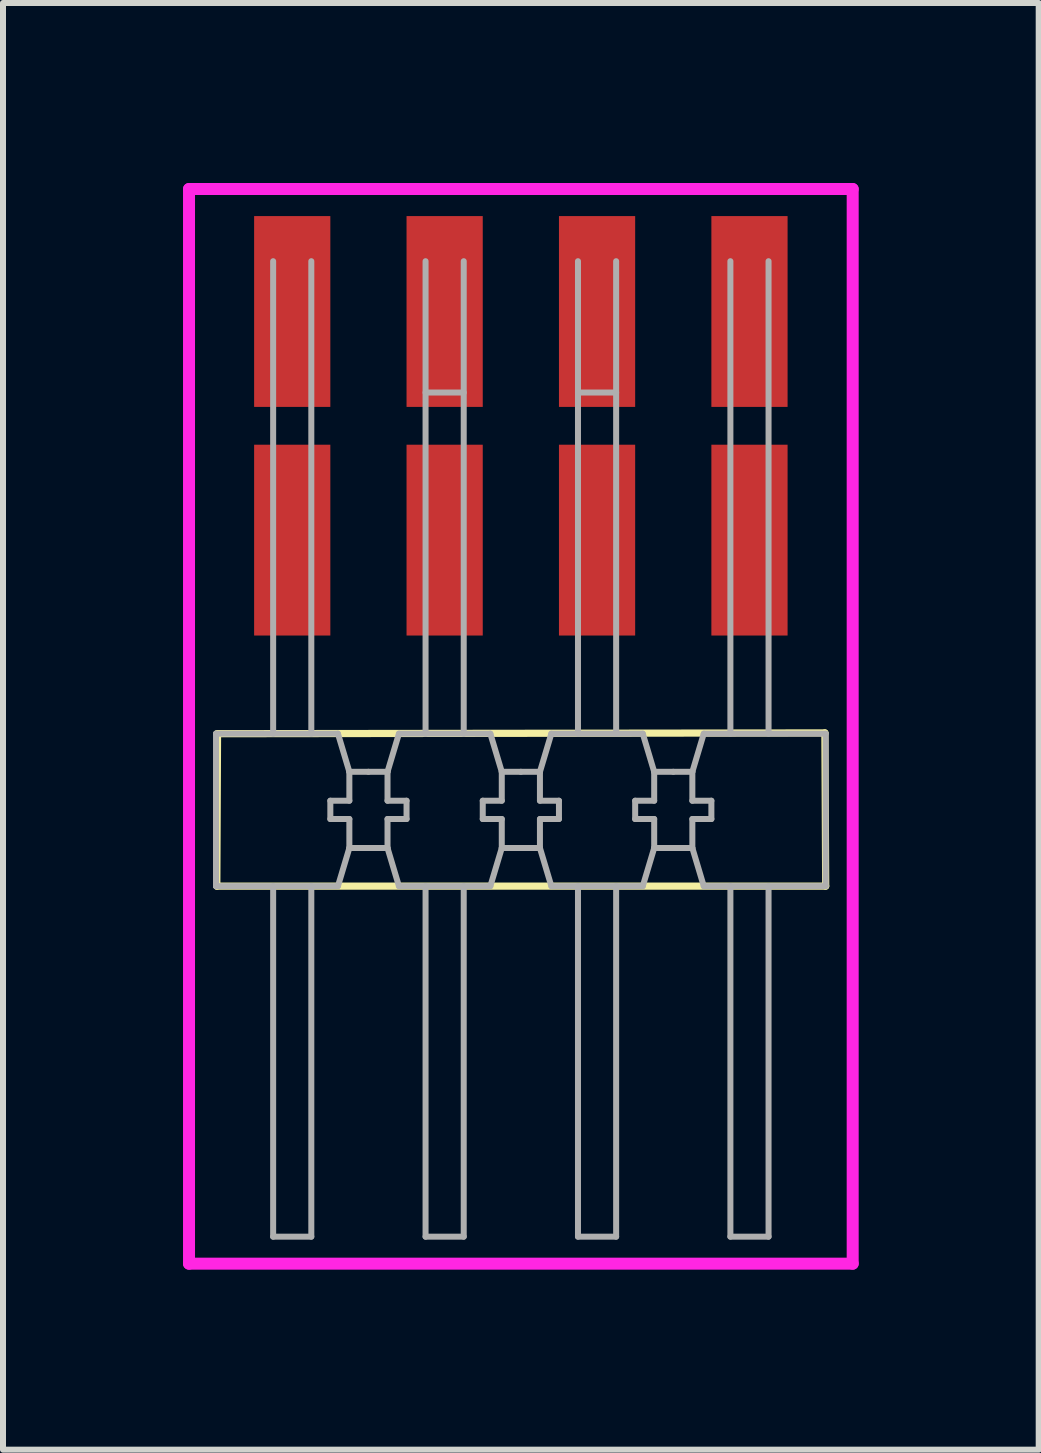
<source format=kicad_pcb>
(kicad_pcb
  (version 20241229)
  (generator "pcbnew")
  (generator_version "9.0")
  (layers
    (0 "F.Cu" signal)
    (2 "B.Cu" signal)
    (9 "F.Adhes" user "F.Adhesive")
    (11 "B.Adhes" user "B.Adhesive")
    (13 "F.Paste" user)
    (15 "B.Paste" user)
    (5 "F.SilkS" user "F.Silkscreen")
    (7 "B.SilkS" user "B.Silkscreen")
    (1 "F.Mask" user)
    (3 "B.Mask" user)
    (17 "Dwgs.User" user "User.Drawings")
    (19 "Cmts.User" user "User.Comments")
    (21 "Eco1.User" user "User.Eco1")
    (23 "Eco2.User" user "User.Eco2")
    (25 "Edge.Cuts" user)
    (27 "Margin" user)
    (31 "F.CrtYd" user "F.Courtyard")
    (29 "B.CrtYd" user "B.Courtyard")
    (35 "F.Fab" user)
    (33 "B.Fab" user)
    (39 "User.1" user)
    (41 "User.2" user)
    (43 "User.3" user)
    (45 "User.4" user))
  (footprint "SAMTEC-TSM-104-01-X-DH"
    (layer "F.Cu")
    (at 5.63 10.447)
    (property "Reference" "SAMTEC-TSM-104-01-X-DH" (at -0.152 -0.046 180) (layer "Eco2.User") (effects (font (size 0.3 0.3) (thickness 0.075))))
    (attr smd)
    (fp_poly (pts (xy -4.496 -9.947) (xy -3.124 -9.947) (xy -3.124 -6.665) (xy -4.496 -6.665)) (stroke (width 0.01) (type solid)) (fill yes) (layer "F.Mask"))
    (fp_poly (pts (xy -4.496 -6.137) (xy -3.124 -6.137) (xy -3.124 -2.855) (xy -4.496 -2.855)) (stroke (width 0.01) (type solid)) (fill yes) (layer "F.Mask"))
    (fp_poly (pts (xy -1.956 -9.947) (xy -0.584 -9.947) (xy -0.584 -6.665) (xy -1.956 -6.665)) (stroke (width 0.01) (type solid)) (fill yes) (layer "F.Mask"))
    (fp_poly (pts (xy -1.956 -6.137) (xy -0.584 -6.137) (xy -0.584 -2.855) (xy -1.956 -2.855)) (stroke (width 0.01) (type solid)) (fill yes) (layer "F.Mask"))
    (fp_poly (pts (xy 0.584 -9.947) (xy 1.956 -9.947) (xy 1.956 -6.665) (xy 0.584 -6.665)) (stroke (width 0.01) (type solid)) (fill yes) (layer "F.Mask"))
    (fp_poly (pts (xy 0.584 -6.137) (xy 1.956 -6.137) (xy 1.956 -2.855) (xy 0.584 -2.855)) (stroke (width 0.01) (type solid)) (fill yes) (layer "F.Mask"))
    (fp_poly (pts (xy 3.124 -9.947) (xy 4.496 -9.947) (xy 4.496 -6.665) (xy 3.124 -6.665)) (stroke (width 0.01) (type solid)) (fill yes) (layer "F.Mask"))
    (fp_poly (pts (xy 3.124 -6.137) (xy 4.496 -6.137) (xy 4.496 -2.855) (xy 3.124 -2.855)) (stroke (width 0.01) (type solid)) (fill yes) (layer "F.Mask"))
    (fp_line (start -5.067 -1.27) (end 5.067 -1.283) (stroke (width 0.12) (type solid)) (layer "F.SilkS"))
    (fp_line (start -5.067 1.27) (end -5.055 -1.257) (stroke (width 0.12) (type solid)) (layer "F.SilkS"))
    (fp_line (start 5.067 -1.283) (end 5.08 1.27) (stroke (width 0.12) (type solid)) (layer "F.SilkS"))
    (fp_line (start 5.08 1.27) (end -5.067 1.27) (stroke (width 0.12) (type solid)) (layer "F.SilkS"))
    (fp_poly (pts (xy -4.445 -9.896) (xy -3.175 -9.896) (xy -3.175 -6.716) (xy -4.445 -6.716)) (stroke (width 0.01) (type solid)) (fill yes) (layer "F.Paste"))
    (fp_poly (pts (xy -4.445 -6.086) (xy -3.175 -6.086) (xy -3.175 -2.906) (xy -4.445 -2.906)) (stroke (width 0.01) (type solid)) (fill yes) (layer "F.Paste"))
    (fp_poly (pts (xy -1.905 -9.896) (xy -0.635 -9.896) (xy -0.635 -6.716) (xy -1.905 -6.716)) (stroke (width 0.01) (type solid)) (fill yes) (layer "F.Paste"))
    (fp_poly (pts (xy -1.905 -6.086) (xy -0.635 -6.086) (xy -0.635 -2.906) (xy -1.905 -2.906)) (stroke (width 0.01) (type solid)) (fill yes) (layer "F.Paste"))
    (fp_poly (pts (xy 0.635 -9.896) (xy 1.905 -9.896) (xy 1.905 -6.716) (xy 0.635 -6.716)) (stroke (width 0.01) (type solid)) (fill yes) (layer "F.Paste"))
    (fp_poly (pts (xy 0.635 -6.086) (xy 1.905 -6.086) (xy 1.905 -2.906) (xy 0.635 -2.906)) (stroke (width 0.01) (type solid)) (fill yes) (layer "F.Paste"))
    (fp_poly (pts (xy 3.175 -9.896) (xy 4.445 -9.896) (xy 4.445 -6.716) (xy 3.175 -6.716)) (stroke (width 0.01) (type solid)) (fill yes) (layer "F.Paste"))
    (fp_poly (pts (xy 3.175 -6.086) (xy 4.445 -6.086) (xy 4.445 -2.906) (xy 3.175 -2.906)) (stroke (width 0.01) (type solid)) (fill yes) (layer "F.Paste"))
    (fp_line (start -5.53 -10.347) (end -5.53 7.562) (stroke (width 0.2) (type solid)) (layer "F.CrtYd"))
    (fp_line (start -5.53 7.562) (end 5.53 7.562) (stroke (width 0.2) (type solid)) (layer "F.CrtYd"))
    (fp_line (start 5.53 -10.347) (end -5.53 -10.347) (stroke (width 0.2) (type solid)) (layer "F.CrtYd"))
    (fp_line (start 5.53 7.562) (end 5.53 -10.347) (stroke (width 0.2) (type solid)) (layer "F.CrtYd"))
    (fp_line (start -5.08 1.27) (end -5.08 -1.27) (stroke (width 0.1) (type solid)) (layer "F.Fab"))
    (fp_line (start -4.128 -9.144) (end -4.128 -1.27) (stroke (width 0.1) (type solid)) (layer "F.Fab"))
    (fp_line (start -4.128 1.27) (end -4.128 7.112) (stroke (width 0.1) (type solid)) (layer "F.Fab"))
    (fp_line (start -3.492 -9.144) (end -3.492 -1.27) (stroke (width 0.1) (type solid)) (layer "F.Fab"))
    (fp_line (start -3.492 1.27) (end -3.492 7.112) (stroke (width 0.1) (type solid)) (layer "F.Fab"))
    (fp_line (start -3.492 7.112) (end -4.128 7.112) (stroke (width 0.1) (type solid)) (layer "F.Fab"))
    (fp_line (start -3.175 -0.153) (end -3.175 0.152) (stroke (width 0.1) (type solid)) (layer "F.Fab"))
    (fp_line (start -3.175 -0.153) (end -2.858 -0.153) (stroke (width 0.1) (type solid)) (layer "F.Fab"))
    (fp_line (start -3.048 -1.27) (end -5.08 -1.27) (stroke (width 0.1) (type solid)) (layer "F.Fab"))
    (fp_line (start -3.048 -1.27) (end -2.858 -0.635) (stroke (width 0.1) (type solid)) (layer "F.Fab"))
    (fp_line (start -3.048 1.27) (end -5.08 1.27) (stroke (width 0.1) (type solid)) (layer "F.Fab"))
    (fp_line (start -2.858 -0.635) (end -2.858 -0.153) (stroke (width 0.1) (type solid)) (layer "F.Fab"))
    (fp_line (start -2.858 0.152) (end -3.175 0.152) (stroke (width 0.1) (type solid)) (layer "F.Fab"))
    (fp_line (start -2.858 0.152) (end -2.858 0.635) (stroke (width 0.1) (type solid)) (layer "F.Fab"))
    (fp_line (start -2.858 0.635) (end -3.048 1.27) (stroke (width 0.1) (type solid)) (layer "F.Fab"))
    (fp_line (start -2.54 -0.635) (end -2.858 -0.635) (stroke (width 0.1) (type solid)) (layer "F.Fab"))
    (fp_line (start -2.54 -0.635) (end -2.222 -0.635) (stroke (width 0.1) (type solid)) (layer "F.Fab"))
    (fp_line (start -2.54 0.635) (end -2.858 0.635) (stroke (width 0.1) (type solid)) (layer "F.Fab"))
    (fp_line (start -2.54 0.635) (end -2.222 0.635) (stroke (width 0.1) (type solid)) (layer "F.Fab"))
    (fp_line (start -2.222 -0.635) (end -2.032 -1.27) (stroke (width 0.1) (type solid)) (layer "F.Fab"))
    (fp_line (start -2.222 -0.153) (end -2.222 -0.635) (stroke (width 0.1) (type solid)) (layer "F.Fab"))
    (fp_line (start -2.222 -0.153) (end -1.905 -0.153) (stroke (width 0.1) (type solid)) (layer "F.Fab"))
    (fp_line (start -2.222 0.635) (end -2.222 0.152) (stroke (width 0.1) (type solid)) (layer "F.Fab"))
    (fp_line (start -2.032 1.27) (end -2.222 0.635) (stroke (width 0.1) (type solid)) (layer "F.Fab"))
    (fp_line (start -1.905 0.152) (end -2.222 0.152) (stroke (width 0.1) (type solid)) (layer "F.Fab"))
    (fp_line (start -1.905 0.152) (end -1.905 -0.153) (stroke (width 0.1) (type solid)) (layer "F.Fab"))
    (fp_line (start -1.588 -9.144) (end -1.588 -1.27) (stroke (width 0.1) (type solid)) (layer "F.Fab"))
    (fp_line (start -1.588 1.27) (end -1.588 7.112) (stroke (width 0.1) (type solid)) (layer "F.Fab"))
    (fp_line (start -0.952 -9.144) (end -0.952 -1.27) (stroke (width 0.1) (type solid)) (layer "F.Fab"))
    (fp_line (start -0.952 -6.955) (end -1.588 -6.955) (stroke (width 0.1) (type solid)) (layer "F.Fab"))
    (fp_line (start -0.952 1.27) (end -0.952 7.112) (stroke (width 0.1) (type solid)) (layer "F.Fab"))
    (fp_line (start -0.952 7.112) (end -1.588 7.112) (stroke (width 0.1) (type solid)) (layer "F.Fab"))
    (fp_line (start -0.635 -0.153) (end -0.635 0.152) (stroke (width 0.1) (type solid)) (layer "F.Fab"))
    (fp_line (start -0.635 -0.153) (end -0.318 -0.153) (stroke (width 0.1) (type solid)) (layer "F.Fab"))
    (fp_line (start -0.508 -1.27) (end -2.032 -1.27) (stroke (width 0.1) (type solid)) (layer "F.Fab"))
    (fp_line (start -0.508 -1.27) (end -0.318 -0.635) (stroke (width 0.1) (type solid)) (layer "F.Fab"))
    (fp_line (start -0.508 1.27) (end -2.032 1.27) (stroke (width 0.1) (type solid)) (layer "F.Fab"))
    (fp_line (start -0.508 1.27) (end -0.318 0.635) (stroke (width 0.1) (type solid)) (layer "F.Fab"))
    (fp_line (start -0.318 -0.635) (end -0.318 -0.153) (stroke (width 0.1) (type solid)) (layer "F.Fab"))
    (fp_line (start -0.318 0.152) (end -0.635 0.152) (stroke (width 0.1) (type solid)) (layer "F.Fab"))
    (fp_line (start -0.318 0.152) (end -0.318 0.635) (stroke (width 0.1) (type solid)) (layer "F.Fab"))
    (fp_line (start 0 -0.635) (end -0.318 -0.635) (stroke (width 0.1) (type solid)) (layer "F.Fab"))
    (fp_line (start 0 -0.635) (end 0.318 -0.635) (stroke (width 0.1) (type solid)) (layer "F.Fab"))
    (fp_line (start 0 0.635) (end -0.318 0.635) (stroke (width 0.1) (type solid)) (layer "F.Fab"))
    (fp_line (start 0 0.635) (end 0.318 0.635) (stroke (width 0.1) (type solid)) (layer "F.Fab"))
    (fp_line (start 0.318 -0.635) (end 0.508 -1.27) (stroke (width 0.1) (type solid)) (layer "F.Fab"))
    (fp_line (start 0.318 -0.153) (end 0.318 -0.635) (stroke (width 0.1) (type solid)) (layer "F.Fab"))
    (fp_line (start 0.318 -0.153) (end 0.635 -0.153) (stroke (width 0.1) (type solid)) (layer "F.Fab"))
    (fp_line (start 0.318 0.635) (end 0.318 0.152) (stroke (width 0.1) (type solid)) (layer "F.Fab"))
    (fp_line (start 0.508 1.27) (end 0.318 0.635) (stroke (width 0.1) (type solid)) (layer "F.Fab"))
    (fp_line (start 0.635 0.152) (end 0.318 0.152) (stroke (width 0.1) (type solid)) (layer "F.Fab"))
    (fp_line (start 0.635 0.152) (end 0.635 -0.153) (stroke (width 0.1) (type solid)) (layer "F.Fab"))
    (fp_line (start 0.952 -9.144) (end 0.952 -1.27) (stroke (width 0.1) (type solid)) (layer "F.Fab"))
    (fp_line (start 0.952 1.27) (end 0.952 7.112) (stroke (width 0.1) (type solid)) (layer "F.Fab"))
    (fp_line (start 1.588 -9.144) (end 1.588 -1.27) (stroke (width 0.1) (type solid)) (layer "F.Fab"))
    (fp_line (start 1.588 -6.955) (end 0.952 -6.955) (stroke (width 0.1) (type solid)) (layer "F.Fab"))
    (fp_line (start 1.588 1.27) (end 1.588 7.112) (stroke (width 0.1) (type solid)) (layer "F.Fab"))
    (fp_line (start 1.588 7.112) (end 0.952 7.112) (stroke (width 0.1) (type solid)) (layer "F.Fab"))
    (fp_line (start 1.905 -0.153) (end 1.905 0.152) (stroke (width 0.1) (type solid)) (layer "F.Fab"))
    (fp_line (start 1.905 -0.153) (end 2.222 -0.153) (stroke (width 0.1) (type solid)) (layer "F.Fab"))
    (fp_line (start 2.032 -1.27) (end 0.508 -1.27) (stroke (width 0.1) (type solid)) (layer "F.Fab"))
    (fp_line (start 2.032 -1.27) (end 2.222 -0.635) (stroke (width 0.1) (type solid)) (layer "F.Fab"))
    (fp_line (start 2.032 1.27) (end 0.508 1.27) (stroke (width 0.1) (type solid)) (layer "F.Fab"))
    (fp_line (start 2.032 1.27) (end 2.222 0.635) (stroke (width 0.1) (type solid)) (layer "F.Fab"))
    (fp_line (start 2.222 -0.635) (end 2.222 -0.153) (stroke (width 0.1) (type solid)) (layer "F.Fab"))
    (fp_line (start 2.222 0.152) (end 1.905 0.152) (stroke (width 0.1) (type solid)) (layer "F.Fab"))
    (fp_line (start 2.222 0.152) (end 2.222 0.635) (stroke (width 0.1) (type solid)) (layer "F.Fab"))
    (fp_line (start 2.54 -0.635) (end 2.222 -0.635) (stroke (width 0.1) (type solid)) (layer "F.Fab"))
    (fp_line (start 2.54 0.635) (end 2.222 0.635) (stroke (width 0.1) (type solid)) (layer "F.Fab"))
    (fp_line (start 2.858 -0.635) (end 2.54 -0.635) (stroke (width 0.1) (type solid)) (layer "F.Fab"))
    (fp_line (start 2.858 -0.635) (end 3.048 -1.27) (stroke (width 0.1) (type solid)) (layer "F.Fab"))
    (fp_line (start 2.858 -0.153) (end 2.858 -0.635) (stroke (width 0.1) (type solid)) (layer "F.Fab"))
    (fp_line (start 2.858 -0.153) (end 3.175 -0.153) (stroke (width 0.1) (type solid)) (layer "F.Fab"))
    (fp_line (start 2.858 0.635) (end 2.54 0.635) (stroke (width 0.1) (type solid)) (layer "F.Fab"))
    (fp_line (start 2.858 0.635) (end 2.858 0.152) (stroke (width 0.1) (type solid)) (layer "F.Fab"))
    (fp_line (start 3.048 1.27) (end 2.858 0.635) (stroke (width 0.1) (type solid)) (layer "F.Fab"))
    (fp_line (start 3.175 0.152) (end 2.858 0.152) (stroke (width 0.1) (type solid)) (layer "F.Fab"))
    (fp_line (start 3.175 0.152) (end 3.175 -0.153) (stroke (width 0.1) (type solid)) (layer "F.Fab"))
    (fp_line (start 3.492 -9.144) (end 3.492 -1.27) (stroke (width 0.1) (type solid)) (layer "F.Fab"))
    (fp_line (start 3.492 1.27) (end 3.492 7.112) (stroke (width 0.1) (type solid)) (layer "F.Fab"))
    (fp_line (start 4.128 -9.144) (end 4.128 -1.27) (stroke (width 0.1) (type solid)) (layer "F.Fab"))
    (fp_line (start 4.128 1.27) (end 4.128 7.112) (stroke (width 0.1) (type solid)) (layer "F.Fab"))
    (fp_line (start 4.128 7.112) (end 3.492 7.112) (stroke (width 0.1) (type solid)) (layer "F.Fab"))
    (fp_line (start 5.08 -1.27) (end 3.048 -1.27) (stroke (width 0.1) (type solid)) (layer "F.Fab"))
    (fp_line (start 5.08 1.27) (end 3.048 1.27) (stroke (width 0.1) (type solid)) (layer "F.Fab"))
    (fp_line (start 5.08 1.27) (end 5.08 -1.27) (stroke (width 0.1) (type solid)) (layer "F.Fab"))
    (pad "1" smd rect (at -3.81 -4.496) (size 1.27 3.18) (layers "F.Cu" "F.Paste"))
    (pad "2" smd rect (at -3.81 -8.306) (size 1.27 3.18) (layers "F.Cu" "F.Paste"))
    (pad "3" smd rect (at -1.27 -4.496) (size 1.27 3.18) (layers "F.Cu" "F.Paste"))
    (pad "4" smd rect (at -1.27 -8.306) (size 1.27 3.18) (layers "F.Cu" "F.Paste"))
    (pad "5" smd rect (at 1.27 -4.496) (size 1.27 3.18) (layers "F.Cu" "F.Paste"))
    (pad "6" smd rect (at 1.27 -8.306) (size 1.27 3.18) (layers "F.Cu" "F.Paste"))
    (pad "7" smd rect (at 3.81 -4.496) (size 1.27 3.18) (layers "F.Cu" "F.Paste"))
    (pad "8" smd rect (at 3.81 -8.306) (size 1.27 3.18) (layers "F.Cu" "F.Paste")))
  (gr_rect
    (start -3 -3)
    (end 14.26 21.109)
    (stroke (width 0.1) (type default))
    (fill no)
    (layer "Edge.Cuts")))
</source>
